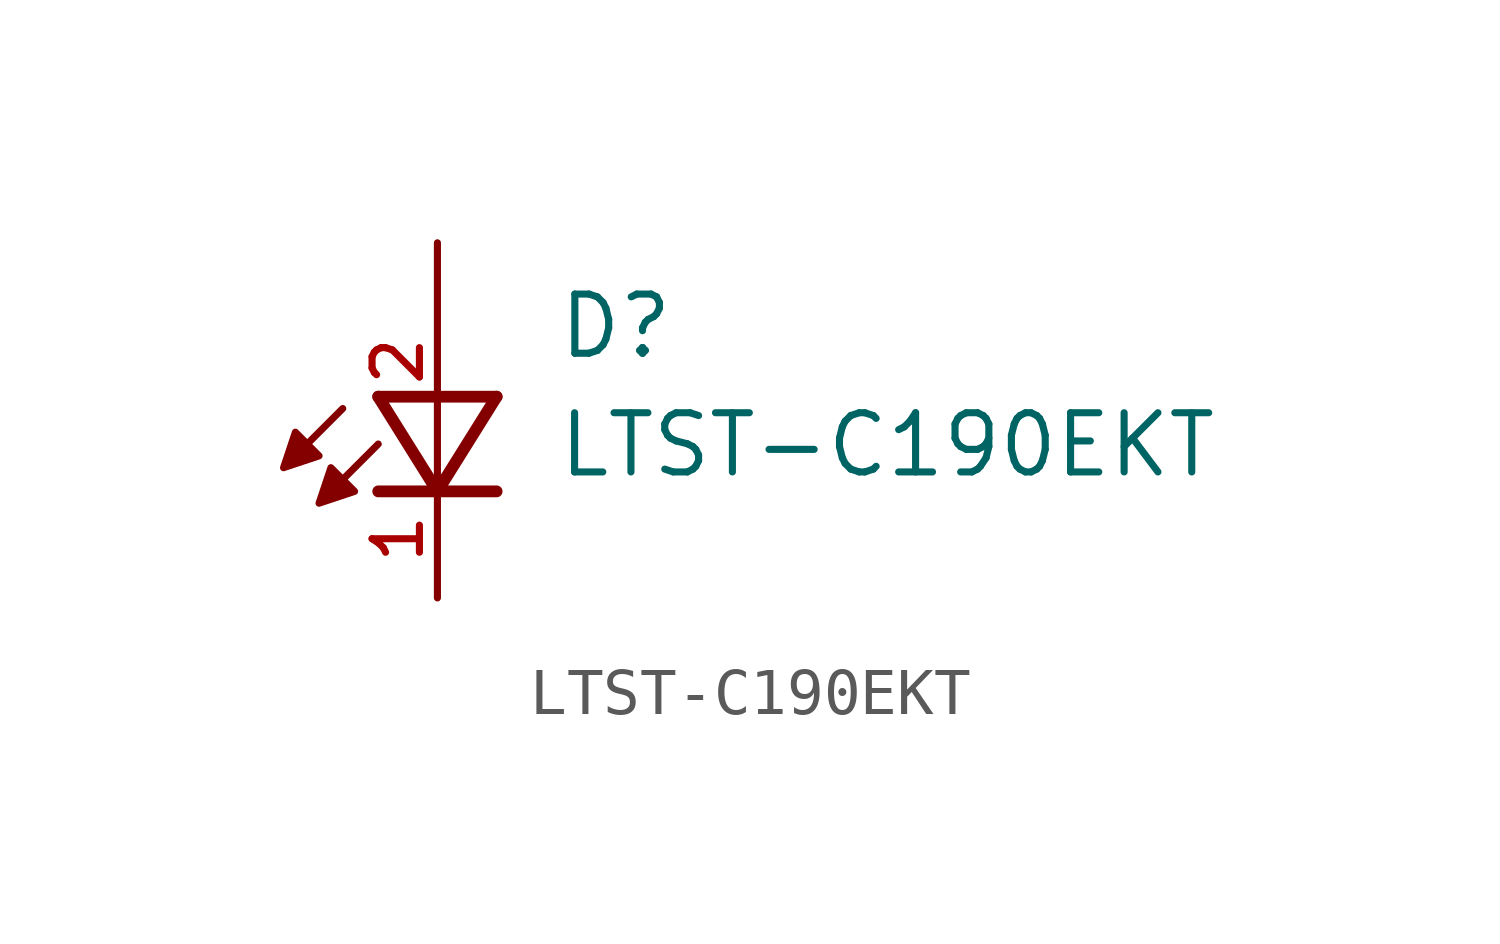
<source format=kicad_sym>
(kicad_symbol_lib
  (version 20211014)
  (generator kicad_symbol_editor)
  (symbol "LTST-C190EKT"
    (pin_names
      (offset 1.016))
    (property "Reference" "D"
      (at 2.547 2.547 0)
      (effects (font (size 1.27 1.27)) (justify bottom left)))
    (property "Value" "LTST-C190EKT"
      (at 2.541 0.0 0)
      (effects (font (size 1.27 1.27)) (justify bottom left)))
    (symbol "LTST-C190EKT_0_0"
      (polyline (pts (xy 1.27 1.778) (xy 0.0 -0.254)) (stroke (width 0.254)))
      (polyline (pts (xy 0.0 -0.254) (xy -1.27 1.778)) (stroke (width 0.254)))
      (polyline (pts (xy 1.27 -0.254) (xy 0.0 -0.254)) (stroke (width 0.254)))
      (polyline (pts (xy 0.0 -0.254) (xy -1.27 -0.254)) (stroke (width 0.254)))
      (polyline (pts (xy 1.27 1.778) (xy -1.27 1.778)) (stroke (width 0.254)))
      (polyline (pts (xy -2.032 1.524) (xy -2.921 0.635)) (stroke (width 0.152)))
      (polyline (pts (xy -1.27 0.762) (xy -2.159 -0.127)) (stroke (width 0.152)))
      (polyline (pts (xy -3.048 1.016) (xy -3.302 0.254) (xy -2.54 0.508) (xy -3.048 1.016)) (stroke (width 0.152)) (fill (type outline)))
      (polyline (pts (xy -2.286 0.254) (xy -2.54 -0.508) (xy -1.778 -0.254) (xy -2.286 0.254)) (stroke (width 0.152)) (fill (type outline)))
      (pin passive line (at 0.0 5.08 270.0) (length 5.08) (name "~" (effects (font (size 1.016 1.016)))) (number "2" (effects (font (size 1.016 1.016)))))
      (pin passive line (at 0.0 -2.54 90.0) (length 2.54) (name "~" (effects (font (size 1.016 1.016)))) (number "1" (effects (font (size 1.016 1.016))))))))
</source>
